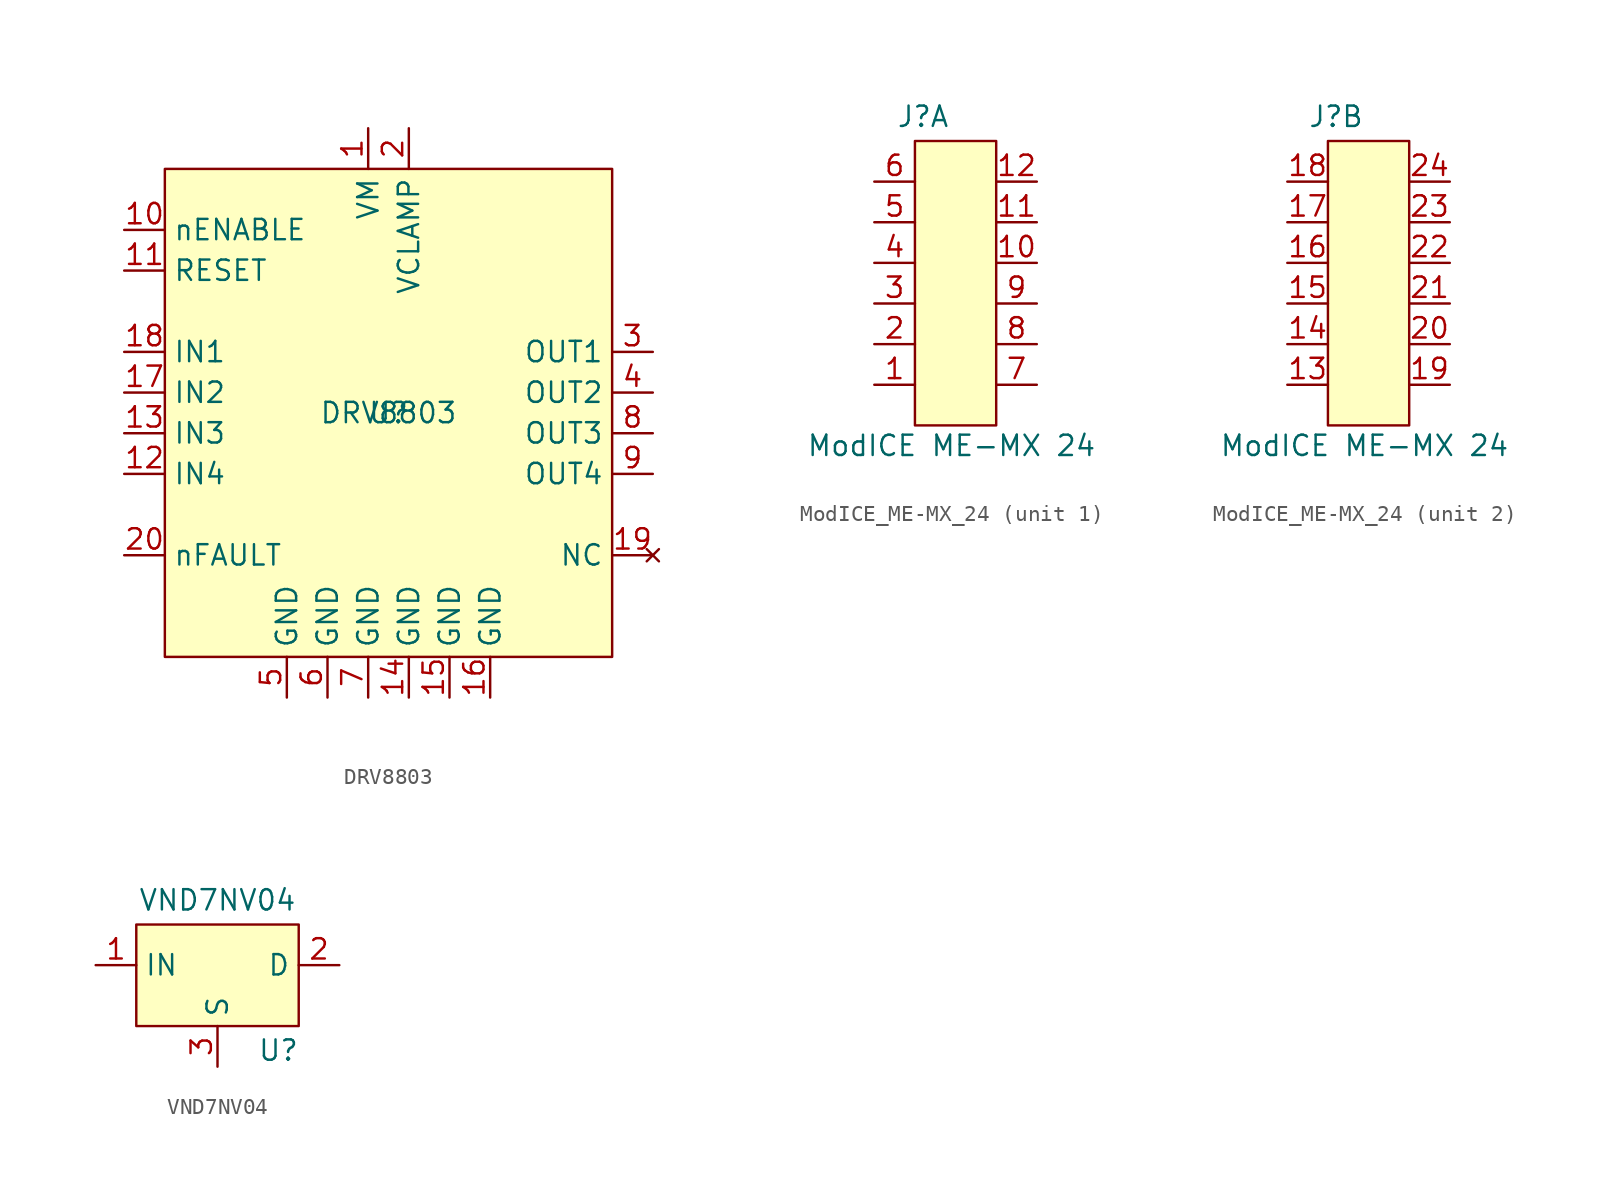
<source format=kicad_sym>
(kicad_symbol_lib
  (version 20231120)
  (generator "kicad_symbol_editor")
  (generator_version "8.0")
  (symbol "DRV8803"
    (property "Reference" "U"
      (at 0 0 0)
      (effects (font (size 1.27 1.27))))
    (property "Value" "DRV8803"
      (at 0 0 0)
      (effects (font (size 1.27 1.27))))
    (symbol "DRV8803_1_1"
      (rectangle (start -13.97 15.24) (end 13.97 -15.24) (stroke (width 0) (type default)) (fill (type background)))
      (pin power_in line (at -1.27 17.78 270) (length 2.54) (name "VM" (effects (font (size 1.27 1.27)))) (number "1" (effects (font (size 1.27 1.27)))))
      (pin input line (at -16.51 11.43 0) (length 2.54) (name "nENABLE" (effects (font (size 1.27 1.27)))) (number "10" (effects (font (size 1.27 1.27)))))
      (pin input line (at -16.51 8.89 0) (length 2.54) (name "RESET" (effects (font (size 1.27 1.27)))) (number "11" (effects (font (size 1.27 1.27)))))
      (pin input line (at -16.51 -3.81 0) (length 2.54) (name "IN4" (effects (font (size 1.27 1.27)))) (number "12" (effects (font (size 1.27 1.27)))))
      (pin input line (at -16.51 -1.27 0) (length 2.54) (name "IN3" (effects (font (size 1.27 1.27)))) (number "13" (effects (font (size 1.27 1.27)))))
      (pin power_in line (at 1.27 -17.78 90) (length 2.54) (name "GND" (effects (font (size 1.27 1.27)))) (number "14" (effects (font (size 1.27 1.27)))))
      (pin power_in line (at 3.81 -17.78 90) (length 2.54) (name "GND" (effects (font (size 1.27 1.27)))) (number "15" (effects (font (size 1.27 1.27)))))
      (pin power_in line (at 6.35 -17.78 90) (length 2.54) (name "GND" (effects (font (size 1.27 1.27)))) (number "16" (effects (font (size 1.27 1.27)))))
      (pin input line (at -16.51 1.27 0) (length 2.54) (name "IN2" (effects (font (size 1.27 1.27)))) (number "17" (effects (font (size 1.27 1.27)))))
      (pin input line (at -16.51 3.81 0) (length 2.54) (name "IN1" (effects (font (size 1.27 1.27)))) (number "18" (effects (font (size 1.27 1.27)))))
      (pin no_connect line (at 16.51 -8.89 180) (length 2.54) (name "NC" (effects (font (size 1.27 1.27)))) (number "19" (effects (font (size 1.27 1.27)))))
      (pin passive line (at 1.27 17.78 270) (length 2.54) (name "VCLAMP" (effects (font (size 1.27 1.27)))) (number "2" (effects (font (size 1.27 1.27)))))
      (pin output line (at -16.51 -8.89 0) (length 2.54) (name "nFAULT" (effects (font (size 1.27 1.27)))) (number "20" (effects (font (size 1.27 1.27)))))
      (pin output line (at 16.51 3.81 180) (length 2.54) (name "OUT1" (effects (font (size 1.27 1.27)))) (number "3" (effects (font (size 1.27 1.27)))))
      (pin output line (at 16.51 1.27 180) (length 2.54) (name "OUT2" (effects (font (size 1.27 1.27)))) (number "4" (effects (font (size 1.27 1.27)))))
      (pin power_in line (at -6.35 -17.78 90) (length 2.54) (name "GND" (effects (font (size 1.27 1.27)))) (number "5" (effects (font (size 1.27 1.27)))))
      (pin power_in line (at -3.81 -17.78 90) (length 2.54) (name "GND" (effects (font (size 1.27 1.27)))) (number "6" (effects (font (size 1.27 1.27)))))
      (pin power_in line (at -1.27 -17.78 90) (length 2.54) (name "GND" (effects (font (size 1.27 1.27)))) (number "7" (effects (font (size 1.27 1.27)))))
      (pin output line (at 16.51 -1.27 180) (length 2.54) (name "OUT3" (effects (font (size 1.27 1.27)))) (number "8" (effects (font (size 1.27 1.27)))))
      (pin output line (at 16.51 -3.81 180) (length 2.54) (name "OUT4" (effects (font (size 1.27 1.27)))) (number "9" (effects (font (size 1.27 1.27)))))))
  (symbol "ModICE_ME-MX_24"
    (pin_names hide)
    (property "Reference" "J"
      (at -2.032 10.414 0)
      (effects (font (size 1.27 1.27))))
    (property "Value" "ModICE ME-MX 24"
      (at -0.254 -10.16 0)
      (effects (font (size 1.27 1.27))))
    (property "ki_locked" ""
      (at 0 0 0)
      (effects (font (size 1.27 1.27))))
    (symbol "ModICE_ME-MX_24_1_1"
      (rectangle (start -2.54 8.89) (end 2.54 -8.89) (stroke (width 0) (type default)) (fill (type background)))
      (pin passive line (at -5.08 -6.35 0) (length 2.54) (name "L1" (effects (font (size 1.27 1.27)))) (number "1" (effects (font (size 1.27 1.27)))))
      (pin passive line (at 5.08 1.27 180) (length 2.54) (name "L10" (effects (font (size 1.27 1.27)))) (number "10" (effects (font (size 1.27 1.27)))))
      (pin passive line (at 5.08 3.81 180) (length 2.54) (name "L11" (effects (font (size 1.27 1.27)))) (number "11" (effects (font (size 1.27 1.27)))))
      (pin passive line (at 5.08 6.35 180) (length 2.54) (name "L12" (effects (font (size 1.27 1.27)))) (number "12" (effects (font (size 1.27 1.27)))))
      (pin passive line (at -5.08 -3.81 0) (length 2.54) (name "L2" (effects (font (size 1.27 1.27)))) (number "2" (effects (font (size 1.27 1.27)))))
      (pin passive line (at -5.08 -1.27 0) (length 2.54) (name "L3" (effects (font (size 1.27 1.27)))) (number "3" (effects (font (size 1.27 1.27)))))
      (pin passive line (at -5.08 1.27 0) (length 2.54) (name "L4" (effects (font (size 1.27 1.27)))) (number "4" (effects (font (size 1.27 1.27)))))
      (pin passive line (at -5.08 3.81 0) (length 2.54) (name "L5" (effects (font (size 1.27 1.27)))) (number "5" (effects (font (size 1.27 1.27)))))
      (pin passive line (at -5.08 6.35 0) (length 2.54) (name "L6" (effects (font (size 1.27 1.27)))) (number "6" (effects (font (size 1.27 1.27)))))
      (pin passive line (at 5.08 -6.35 180) (length 2.54) (name "L7" (effects (font (size 1.27 1.27)))) (number "7" (effects (font (size 1.27 1.27)))))
      (pin passive line (at 5.08 -3.81 180) (length 2.54) (name "L8" (effects (font (size 1.27 1.27)))) (number "8" (effects (font (size 1.27 1.27)))))
      (pin passive line (at 5.08 -1.27 180) (length 2.54) (name "L9" (effects (font (size 1.27 1.27)))) (number "9" (effects (font (size 1.27 1.27))))))
    (symbol "ModICE_ME-MX_24_2_1"
      (rectangle (start -2.54 8.89) (end 2.54 -8.89) (stroke (width 0) (type default)) (fill (type background)))
      (pin passive line (at -5.08 -6.35 0) (length 2.54) (name "R1" (effects (font (size 1.27 1.27)))) (number "13" (effects (font (size 1.27 1.27)))))
      (pin passive line (at -5.08 -3.81 0) (length 2.54) (name "R2" (effects (font (size 1.27 1.27)))) (number "14" (effects (font (size 1.27 1.27)))))
      (pin passive line (at -5.08 -1.27 0) (length 2.54) (name "R3" (effects (font (size 1.27 1.27)))) (number "15" (effects (font (size 1.27 1.27)))))
      (pin passive line (at -5.08 1.27 0) (length 2.54) (name "R4" (effects (font (size 1.27 1.27)))) (number "16" (effects (font (size 1.27 1.27)))))
      (pin passive line (at -5.08 3.81 0) (length 2.54) (name "R5" (effects (font (size 1.27 1.27)))) (number "17" (effects (font (size 1.27 1.27)))))
      (pin passive line (at -5.08 6.35 0) (length 2.54) (name "R6" (effects (font (size 1.27 1.27)))) (number "18" (effects (font (size 1.27 1.27)))))
      (pin passive line (at 5.08 -6.35 180) (length 2.54) (name "R7" (effects (font (size 1.27 1.27)))) (number "19" (effects (font (size 1.27 1.27)))))
      (pin passive line (at 5.08 -3.81 180) (length 2.54) (name "R8" (effects (font (size 1.27 1.27)))) (number "20" (effects (font (size 1.27 1.27)))))
      (pin passive line (at 5.08 -1.27 180) (length 2.54) (name "R9" (effects (font (size 1.27 1.27)))) (number "21" (effects (font (size 1.27 1.27)))))
      (pin passive line (at 5.08 1.27 180) (length 2.54) (name "R10" (effects (font (size 1.27 1.27)))) (number "22" (effects (font (size 1.27 1.27)))))
      (pin passive line (at 5.08 3.81 180) (length 2.54) (name "R11" (effects (font (size 1.27 1.27)))) (number "23" (effects (font (size 1.27 1.27)))))
      (pin passive line (at 5.08 6.35 180) (length 2.54) (name "R12" (effects (font (size 1.27 1.27)))) (number "24" (effects (font (size 1.27 1.27)))))))
  (symbol "VND7NV04"
    (property "Reference" "U"
      (at 3.81 -5.334 0)
      (effects (font (size 1.27 1.27))))
    (property "Value" "VND7NV04"
      (at 0 4.064 0)
      (effects (font (size 1.27 1.27))))
    (symbol "VND7NV04_1_1"
      (rectangle (start -5.08 2.54) (end 5.08 -3.81) (stroke (width 0) (type default)) (fill (type background)))
      (pin input line (at -7.62 0 0) (length 2.54) (name "IN" (effects (font (size 1.27 1.27)))) (number "1" (effects (font (size 1.27 1.27)))))
      (pin passive line (at 7.62 0 180) (length 2.54) (name "D" (effects (font (size 1.27 1.27)))) (number "2" (effects (font (size 1.27 1.27)))))
      (pin passive line (at 0 -6.35 90) (length 2.54) (name "S" (effects (font (size 1.27 1.27)))) (number "3" (effects (font (size 1.27 1.27))))))))
</source>
